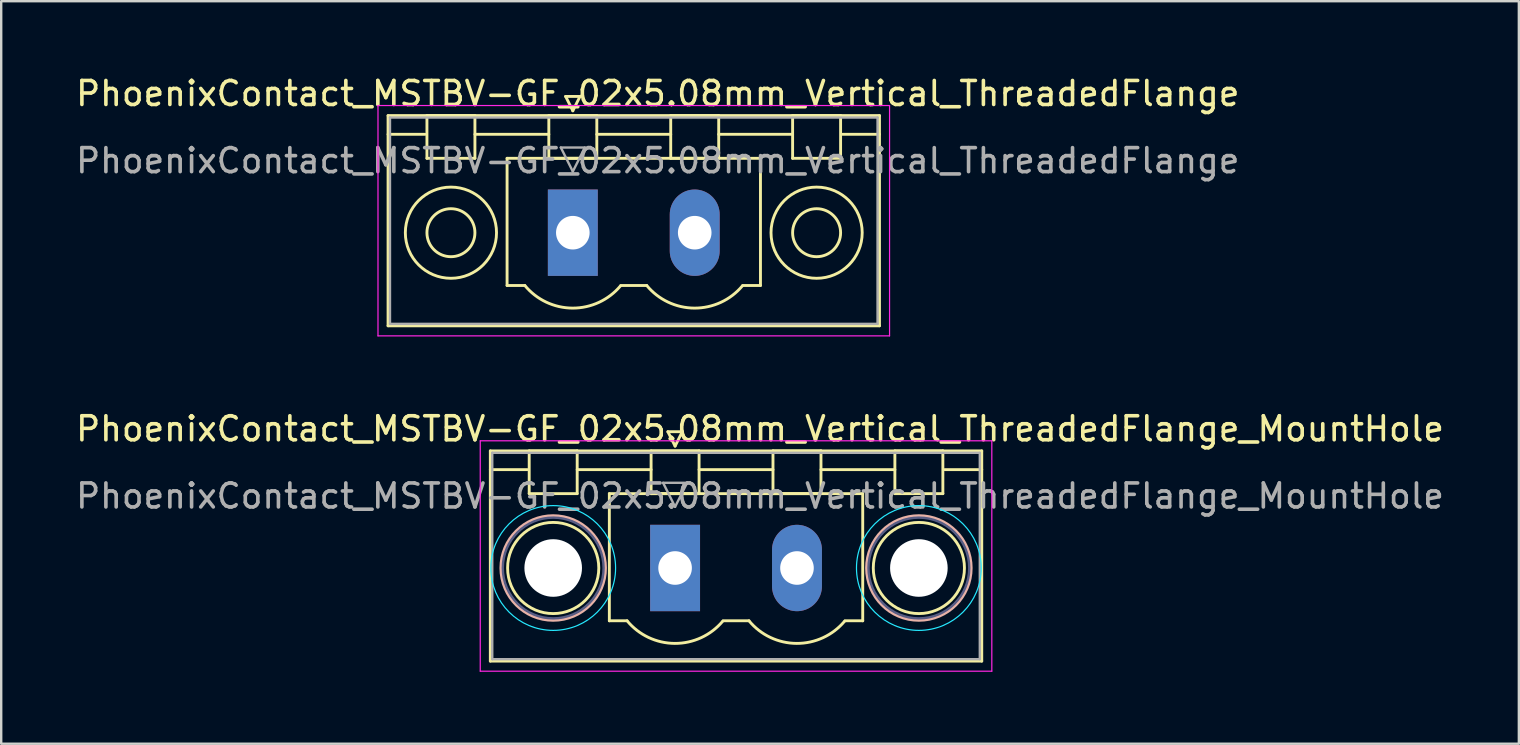
<source format=kicad_pcb>
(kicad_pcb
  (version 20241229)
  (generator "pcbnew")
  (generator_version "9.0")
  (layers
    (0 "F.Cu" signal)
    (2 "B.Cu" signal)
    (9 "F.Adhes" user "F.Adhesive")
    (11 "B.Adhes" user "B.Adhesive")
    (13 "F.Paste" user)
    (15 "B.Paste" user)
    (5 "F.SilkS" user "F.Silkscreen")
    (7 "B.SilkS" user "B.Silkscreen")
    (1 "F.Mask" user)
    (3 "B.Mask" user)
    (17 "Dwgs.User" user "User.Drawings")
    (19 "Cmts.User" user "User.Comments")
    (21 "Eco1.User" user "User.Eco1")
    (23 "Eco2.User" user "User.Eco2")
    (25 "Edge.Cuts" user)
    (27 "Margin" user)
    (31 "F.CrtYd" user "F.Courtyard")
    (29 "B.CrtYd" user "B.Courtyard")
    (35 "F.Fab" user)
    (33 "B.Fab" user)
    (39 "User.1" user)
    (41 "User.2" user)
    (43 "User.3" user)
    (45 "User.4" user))
  (footprint "PhoenixContact_MSTBV-GF_02x5.08mm_Vertical_ThreadedFlange"
    (layer "F.Cu")
    (at 20.823 6.648)
    (property "Reference" "PhoenixContact_MSTBV-GF_02x5.08mm_Vertical_ThreadedFlange" (at 3.54 -5.8 0) (layer "F.SilkS") (effects (font (size 1 1) (thickness 0.15))))
    (attr through_hole)
    (fp_line (start -7.7 -4.88) (end -7.7 3.88) (stroke (width 0.12) (type solid)) (layer "F.SilkS"))
    (fp_line (start -7.7 -4.1) (end -6.16 -4.1) (stroke (width 0.12) (type solid)) (layer "F.SilkS"))
    (fp_line (start -7.7 3.88) (end 12.78 3.88) (stroke (width 0.12) (type solid)) (layer "F.SilkS"))
    (fp_line (start -6.08 -4.88) (end -4.08 -4.88) (stroke (width 0.12) (type solid)) (layer "F.SilkS"))
    (fp_line (start -6.08 -3.1) (end -6.08 -4.88) (stroke (width 0.12) (type solid)) (layer "F.SilkS"))
    (fp_line (start -4.08 -4.88) (end -4.08 -3.1) (stroke (width 0.12) (type solid)) (layer "F.SilkS"))
    (fp_line (start -4.08 -4.1) (end -1 -4.1) (stroke (width 0.12) (type solid)) (layer "F.SilkS"))
    (fp_line (start -4.08 -3.1) (end -6.08 -3.1) (stroke (width 0.12) (type solid)) (layer "F.SilkS"))
    (fp_line (start -2.74 -3.1) (end 7.82 -3.1) (stroke (width 0.12) (type solid)) (layer "F.SilkS"))
    (fp_line (start -2.74 2.2) (end -2.74 -3.1) (stroke (width 0.12) (type solid)) (layer "F.SilkS"))
    (fp_line (start -2 2.2) (end -2.74 2.2) (stroke (width 0.12) (type solid)) (layer "F.SilkS"))
    (fp_line (start -1 -4.88) (end 1 -4.88) (stroke (width 0.12) (type solid)) (layer "F.SilkS"))
    (fp_line (start -1 -3.1) (end -1 -4.88) (stroke (width 0.12) (type solid)) (layer "F.SilkS"))
    (fp_line (start -0.3 -5.68) (end 0.3 -5.68) (stroke (width 0.12) (type solid)) (layer "F.SilkS"))
    (fp_line (start 0 -5.08) (end -0.3 -5.68) (stroke (width 0.12) (type solid)) (layer "F.SilkS"))
    (fp_line (start 0.3 -5.68) (end 0 -5.08) (stroke (width 0.12) (type solid)) (layer "F.SilkS"))
    (fp_line (start 1 -4.88) (end 1 -3.1) (stroke (width 0.12) (type solid)) (layer "F.SilkS"))
    (fp_line (start 1 -4.1) (end 4.08 -4.1) (stroke (width 0.12) (type solid)) (layer "F.SilkS"))
    (fp_line (start 1 -3.1) (end -1 -3.1) (stroke (width 0.12) (type solid)) (layer "F.SilkS"))
    (fp_line (start 2 2.2) (end 3.08 2.2) (stroke (width 0.12) (type solid)) (layer "F.SilkS"))
    (fp_line (start 4.08 -4.88) (end 6.08 -4.88) (stroke (width 0.12) (type solid)) (layer "F.SilkS"))
    (fp_line (start 4.08 -3.1) (end 4.08 -4.88) (stroke (width 0.12) (type solid)) (layer "F.SilkS"))
    (fp_line (start 6.08 -4.88) (end 6.08 -3.1) (stroke (width 0.12) (type solid)) (layer "F.SilkS"))
    (fp_line (start 6.08 -4.1) (end 9.16 -4.1) (stroke (width 0.12) (type solid)) (layer "F.SilkS"))
    (fp_line (start 6.08 -3.1) (end 4.08 -3.1) (stroke (width 0.12) (type solid)) (layer "F.SilkS"))
    (fp_line (start 7.82 -3.1) (end 7.82 2.2) (stroke (width 0.12) (type solid)) (layer "F.SilkS"))
    (fp_line (start 7.82 2.2) (end 7.08 2.2) (stroke (width 0.12) (type solid)) (layer "F.SilkS"))
    (fp_line (start 9.16 -4.88) (end 11.16 -4.88) (stroke (width 0.12) (type solid)) (layer "F.SilkS"))
    (fp_line (start 9.16 -3.1) (end 9.16 -4.88) (stroke (width 0.12) (type solid)) (layer "F.SilkS"))
    (fp_line (start 11.16 -4.88) (end 11.16 -3.1) (stroke (width 0.12) (type solid)) (layer "F.SilkS"))
    (fp_line (start 11.16 -3.1) (end 9.16 -3.1) (stroke (width 0.12) (type solid)) (layer "F.SilkS"))
    (fp_line (start 12.78 -4.88) (end -7.7 -4.88) (stroke (width 0.12) (type solid)) (layer "F.SilkS"))
    (fp_line (start 12.78 -4.1) (end 11.24 -4.1) (stroke (width 0.12) (type solid)) (layer "F.SilkS"))
    (fp_line (start 12.78 3.88) (end 12.78 -4.88) (stroke (width 0.12) (type solid)) (layer "F.SilkS"))
    (fp_arc (start 1.986842 2.215821) (mid -0.010289 3.142758) (end -2 2.2) (stroke (width 0.12) (type solid)) (layer "F.SilkS"))
    (fp_arc (start 7.066842 2.215821) (mid 5.069711 3.142758) (end 3.08 2.2) (stroke (width 0.12) (type solid)) (layer "F.SilkS"))
    (fp_circle (center -5.08 0) (end -4.08 0) (stroke (width 0.12) (type solid)) (fill no) (layer "F.SilkS"))
    (fp_circle (center -5.08 0) (end -3.18 0) (stroke (width 0.12) (type solid)) (fill no) (layer "F.SilkS"))
    (fp_circle (center 10.16 0) (end 11.16 0) (stroke (width 0.12) (type solid)) (fill no) (layer "F.SilkS"))
    (fp_circle (center 10.16 0) (end 12.06 0) (stroke (width 0.12) (type solid)) (fill no) (layer "F.SilkS"))
    (fp_line (start -8.12 -5.3) (end -8.12 4.3) (stroke (width 0.05) (type solid)) (layer "F.CrtYd"))
    (fp_line (start -8.12 4.3) (end 13.2 4.3) (stroke (width 0.05) (type solid)) (layer "F.CrtYd"))
    (fp_line (start 13.2 -5.3) (end -8.12 -5.3) (stroke (width 0.05) (type solid)) (layer "F.CrtYd"))
    (fp_line (start 13.2 4.3) (end 13.2 -5.3) (stroke (width 0.05) (type solid)) (layer "F.CrtYd"))
    (fp_line (start -7.62 -4.8) (end -7.62 3.8) (stroke (width 0.1) (type solid)) (layer "F.Fab"))
    (fp_line (start -7.62 3.8) (end 12.7 3.8) (stroke (width 0.1) (type solid)) (layer "F.Fab"))
    (fp_line (start -0.5 -3.55) (end 0.5 -3.55) (stroke (width 0.1) (type solid)) (layer "F.Fab"))
    (fp_line (start 0 -2.55) (end -0.5 -3.55) (stroke (width 0.1) (type solid)) (layer "F.Fab"))
    (fp_line (start 0.5 -3.55) (end 0 -2.55) (stroke (width 0.1) (type solid)) (layer "F.Fab"))
    (fp_line (start 12.7 -4.8) (end -7.62 -4.8) (stroke (width 0.1) (type solid)) (layer "F.Fab"))
    (fp_line (start 12.7 3.8) (end 12.7 -4.8) (stroke (width 0.1) (type solid)) (layer "F.Fab"))
    (fp_text user "${REFERENCE}" (at 3.54 -3 0) (layer "F.Fab") (effects (font (size 1 1) (thickness 0.15))))
    (pad "1" thru_hole rect (at 0 0) (size 2.08 3.6) (drill 1.4) (layers "*.Cu" "*.Mask"))
    (pad "2" thru_hole oval (at 5.08 0) (size 2.08 3.6) (drill 1.4) (layers "*.Cu" "*.Mask")))
  (footprint "PhoenixContact_MSTBV-GF_02x5.08mm_Vertical_ThreadedFlange_MountHole"
    (layer "F.Cu")
    (at 25.085 20.622)
    (property "Reference" "PhoenixContact_MSTBV-GF_02x5.08mm_Vertical_ThreadedFlange_MountHole" (at 3.54 -5.8 0) (layer "F.SilkS") (effects (font (size 1 1) (thickness 0.15))))
    (attr through_hole)
    (fp_line (start -7.7 -4.88) (end -7.7 3.88) (stroke (width 0.12) (type solid)) (layer "F.SilkS"))
    (fp_line (start -7.7 -4.1) (end -6.16 -4.1) (stroke (width 0.12) (type solid)) (layer "F.SilkS"))
    (fp_line (start -7.7 3.88) (end 12.78 3.88) (stroke (width 0.12) (type solid)) (layer "F.SilkS"))
    (fp_line (start -6.08 -4.88) (end -4.08 -4.88) (stroke (width 0.12) (type solid)) (layer "F.SilkS"))
    (fp_line (start -6.08 -3.1) (end -6.08 -4.88) (stroke (width 0.12) (type solid)) (layer "F.SilkS"))
    (fp_line (start -4.08 -4.88) (end -4.08 -3.1) (stroke (width 0.12) (type solid)) (layer "F.SilkS"))
    (fp_line (start -4.08 -4.1) (end -1 -4.1) (stroke (width 0.12) (type solid)) (layer "F.SilkS"))
    (fp_line (start -4.08 -3.1) (end -6.08 -3.1) (stroke (width 0.12) (type solid)) (layer "F.SilkS"))
    (fp_line (start -2.74 -3.1) (end 7.82 -3.1) (stroke (width 0.12) (type solid)) (layer "F.SilkS"))
    (fp_line (start -2.74 2.2) (end -2.74 -3.1) (stroke (width 0.12) (type solid)) (layer "F.SilkS"))
    (fp_line (start -2 2.2) (end -2.74 2.2) (stroke (width 0.12) (type solid)) (layer "F.SilkS"))
    (fp_line (start -1 -4.88) (end 1 -4.88) (stroke (width 0.12) (type solid)) (layer "F.SilkS"))
    (fp_line (start -1 -3.1) (end -1 -4.88) (stroke (width 0.12) (type solid)) (layer "F.SilkS"))
    (fp_line (start -0.3 -5.68) (end 0.3 -5.68) (stroke (width 0.12) (type solid)) (layer "F.SilkS"))
    (fp_line (start 0 -5.08) (end -0.3 -5.68) (stroke (width 0.12) (type solid)) (layer "F.SilkS"))
    (fp_line (start 0.3 -5.68) (end 0 -5.08) (stroke (width 0.12) (type solid)) (layer "F.SilkS"))
    (fp_line (start 1 -4.88) (end 1 -3.1) (stroke (width 0.12) (type solid)) (layer "F.SilkS"))
    (fp_line (start 1 -4.1) (end 4.08 -4.1) (stroke (width 0.12) (type solid)) (layer "F.SilkS"))
    (fp_line (start 1 -3.1) (end -1 -3.1) (stroke (width 0.12) (type solid)) (layer "F.SilkS"))
    (fp_line (start 2 2.2) (end 3.08 2.2) (stroke (width 0.12) (type solid)) (layer "F.SilkS"))
    (fp_line (start 4.08 -4.88) (end 6.08 -4.88) (stroke (width 0.12) (type solid)) (layer "F.SilkS"))
    (fp_line (start 4.08 -3.1) (end 4.08 -4.88) (stroke (width 0.12) (type solid)) (layer "F.SilkS"))
    (fp_line (start 6.08 -4.88) (end 6.08 -3.1) (stroke (width 0.12) (type solid)) (layer "F.SilkS"))
    (fp_line (start 6.08 -4.1) (end 9.16 -4.1) (stroke (width 0.12) (type solid)) (layer "F.SilkS"))
    (fp_line (start 6.08 -3.1) (end 4.08 -3.1) (stroke (width 0.12) (type solid)) (layer "F.SilkS"))
    (fp_line (start 7.82 -3.1) (end 7.82 2.2) (stroke (width 0.12) (type solid)) (layer "F.SilkS"))
    (fp_line (start 7.82 2.2) (end 7.08 2.2) (stroke (width 0.12) (type solid)) (layer "F.SilkS"))
    (fp_line (start 9.16 -4.88) (end 11.16 -4.88) (stroke (width 0.12) (type solid)) (layer "F.SilkS"))
    (fp_line (start 9.16 -3.1) (end 9.16 -4.88) (stroke (width 0.12) (type solid)) (layer "F.SilkS"))
    (fp_line (start 11.16 -4.88) (end 11.16 -3.1) (stroke (width 0.12) (type solid)) (layer "F.SilkS"))
    (fp_line (start 11.16 -3.1) (end 9.16 -3.1) (stroke (width 0.12) (type solid)) (layer "F.SilkS"))
    (fp_line (start 12.78 -4.88) (end -7.7 -4.88) (stroke (width 0.12) (type solid)) (layer "F.SilkS"))
    (fp_line (start 12.78 -4.1) (end 11.24 -4.1) (stroke (width 0.12) (type solid)) (layer "F.SilkS"))
    (fp_line (start 12.78 3.88) (end 12.78 -4.88) (stroke (width 0.12) (type solid)) (layer "F.SilkS"))
    (fp_arc (start 1.986842 2.215821) (mid -0.010289 3.142758) (end -2 2.2) (stroke (width 0.12) (type solid)) (layer "F.SilkS"))
    (fp_arc (start 7.066842 2.215821) (mid 5.069711 3.142758) (end 3.08 2.2) (stroke (width 0.12) (type solid)) (layer "F.SilkS"))
    (fp_circle (center -5.08 0) (end -3.18 0) (stroke (width 0.12) (type solid)) (fill no) (layer "F.SilkS"))
    (fp_circle (center 10.16 0) (end 12.06 0) (stroke (width 0.12) (type solid)) (fill no) (layer "F.SilkS"))
    (fp_circle (center -5.08 0) (end -2.9 0) (stroke (width 0.12) (type solid)) (fill no) (layer "B.SilkS"))
    (fp_circle (center 10.16 0) (end 12.34 0) (stroke (width 0.12) (type solid)) (fill no) (layer "B.SilkS"))
    (fp_circle (center -5.08 0) (end -2.48 0) (stroke (width 0.05) (type solid)) (fill no) (layer "B.CrtYd"))
    (fp_circle (center 10.16 0) (end 12.76 0) (stroke (width 0.05) (type solid)) (fill no) (layer "B.CrtYd"))
    (fp_line (start -8.12 -5.3) (end -8.12 4.3) (stroke (width 0.05) (type solid)) (layer "F.CrtYd"))
    (fp_line (start -8.12 4.3) (end 13.2 4.3) (stroke (width 0.05) (type solid)) (layer "F.CrtYd"))
    (fp_line (start 13.2 -5.3) (end -8.12 -5.3) (stroke (width 0.05) (type solid)) (layer "F.CrtYd"))
    (fp_line (start 13.2 4.3) (end 13.2 -5.3) (stroke (width 0.05) (type solid)) (layer "F.CrtYd"))
    (fp_circle (center -5.08 0) (end -2.98 0) (stroke (width 0.1) (type solid)) (fill no) (layer "B.Fab"))
    (fp_circle (center 10.16 0) (end 12.26 0) (stroke (width 0.1) (type solid)) (fill no) (layer "B.Fab"))
    (fp_line (start -7.62 -4.8) (end -7.62 3.8) (stroke (width 0.1) (type solid)) (layer "F.Fab"))
    (fp_line (start -7.62 3.8) (end 12.7 3.8) (stroke (width 0.1) (type solid)) (layer "F.Fab"))
    (fp_line (start -0.5 -3.55) (end 0.5 -3.55) (stroke (width 0.1) (type solid)) (layer "F.Fab"))
    (fp_line (start 0 -2.55) (end -0.5 -3.55) (stroke (width 0.1) (type solid)) (layer "F.Fab"))
    (fp_line (start 0.5 -3.55) (end 0 -2.55) (stroke (width 0.1) (type solid)) (layer "F.Fab"))
    (fp_line (start 12.7 -4.8) (end -7.62 -4.8) (stroke (width 0.1) (type solid)) (layer "F.Fab"))
    (fp_line (start 12.7 3.8) (end 12.7 -4.8) (stroke (width 0.1) (type solid)) (layer "F.Fab"))
    (fp_text user "${REFERENCE}" (at 3.54 -3 0) (layer "F.Fab") (effects (font (size 1 1) (thickness 0.15))))
    (pad "" np_thru_hole circle (at -5.08 0) (size 2.4 2.4) (drill 2.4) (layers "*.Cu" "*.Mask"))
    (pad "" np_thru_hole circle (at 10.16 0) (size 2.4 2.4) (drill 2.4) (layers "*.Cu" "*.Mask"))
    (pad "1" thru_hole rect (at 0 0) (size 2.08 3.6) (drill 1.4) (layers "*.Cu" "*.Mask"))
    (pad "2" thru_hole oval (at 5.08 0) (size 2.08 3.6) (drill 1.4) (layers "*.Cu" "*.Mask")))
  (gr_rect
    (start -3 -3)
    (end 60.25 27.947)
    (stroke (width 0.1) (type default))
    (fill no)
    (layer "Edge.Cuts")))
</source>
